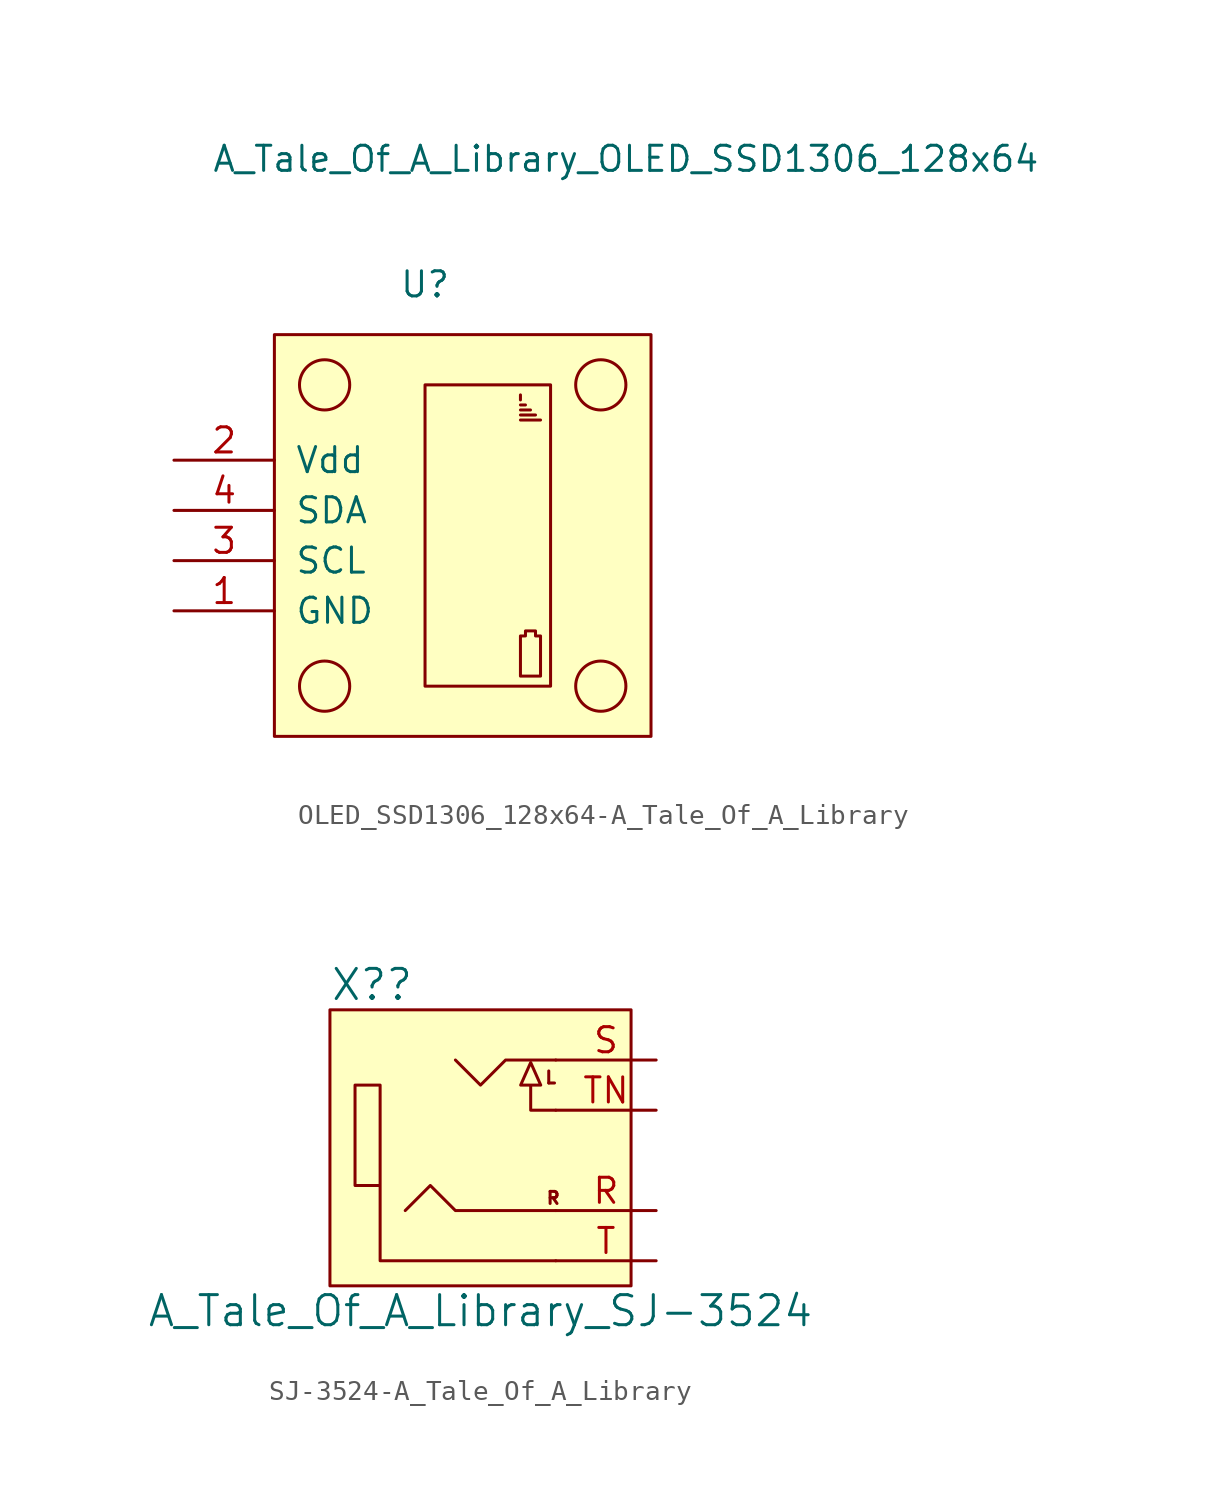
<source format=kicad_sym>
(kicad_symbol_lib
  (version 20220914)
  (generator kicad_symbol_editor)
  (symbol "OLED_SSD1306_128x64-A_Tale_Of_A_Library"
    (pin_names
      (offset 1.016))
    (property "Reference" "U"
      (at 0 0 0)
      (effects (font (size 1.27 1.27))))
    (property "Value" "A_Tale_Of_A_Library_OLED_SSD1306_128x64"
      (at 10.16 6.35 0)
      (effects (font (size 1.27 1.27))))
    (symbol "OLED_SSD1306_128x64-A_Tale_Of_A_Library_0_0"
      (polyline (pts (xy 4.826 -6.858) (xy 5.842 -6.858)) (stroke (width 0) (type solid)) (fill (type none)))
      (polyline (pts (xy 4.826 -6.604) (xy 5.588 -6.604)) (stroke (width 0) (type solid)) (fill (type none)))
      (polyline (pts (xy 4.826 -6.35) (xy 5.334 -6.35)) (stroke (width 0) (type solid)) (fill (type none)))
      (polyline (pts (xy 4.826 -6.096) (xy 5.08 -6.096)) (stroke (width 0) (type solid)) (fill (type none)))
      (polyline (pts (xy 4.826 -5.842) (xy 4.826 -5.588)) (stroke (width 0) (type solid)) (fill (type none)))
      (polyline (pts (xy 5.842 -19.812) (xy 4.826 -19.812) (xy 4.826 -17.78) (xy 5.08 -17.78) (xy 5.08 -17.526) (xy 5.588 -17.526) (xy 5.588 -17.78) (xy 5.842 -17.78) (xy 5.842 -19.812)) (stroke (width 0) (type solid)) (fill (type none))))
    (symbol "OLED_SSD1306_128x64-A_Tale_Of_A_Library_0_1"
      (rectangle (start -7.62 -2.54) (end 11.43 -22.86) (stroke (width 0) (type solid)) (fill (type background)))
      (circle (center -5.08 -5.08) (radius 1.27) (stroke (width 0) (type solid)) (fill (type none)))
      (rectangle (start 6.35 -5.08) (end 0 -20.32) (stroke (width 0) (type solid)) (fill (type none))))
    (symbol "OLED_SSD1306_128x64-A_Tale_Of_A_Library_1_1"
      (circle (center -5.08 -20.32) (radius 1.27) (stroke (width 0) (type solid)) (fill (type none)))
      (circle (center 8.89 -20.32) (radius 1.27) (stroke (width 0) (type solid)) (fill (type none)))
      (circle (center 8.89 -5.08) (radius 1.27) (stroke (width 0) (type solid)) (fill (type none)))
      (pin power_in line (at -12.7 -16.51 0) (length 5.08) (name "GND" (effects (font (size 1.27 1.27)))) (number "1" (effects (font (size 1.27 1.27)))))
      (pin power_in line (at -12.7 -8.89 0) (length 5.08) (name "Vdd" (effects (font (size 1.27 1.27)))) (number "2" (effects (font (size 1.27 1.27)))))
      (pin input line (at -12.7 -13.97 0) (length 5.08) (name "SCL" (effects (font (size 1.27 1.27)))) (number "3" (effects (font (size 1.27 1.27)))))
      (pin input line (at -12.7 -11.43 0) (length 5.08) (name "SDA" (effects (font (size 1.27 1.27)))) (number "4" (effects (font (size 1.27 1.27)))))))
  (symbol "SJ-3524-A_Tale_Of_A_Library"
    (pin_names
      (offset 0.051))
    (property "Reference" "X?"
      (at -6.35 3.81 0)
      (effects (font (size 1.524 1.524)) (justify left)))
    (property "Value" "A_Tale_Of_A_Library_SJ-3524"
      (at 1.27 -12.7 0)
      (effects (font (size 1.524 1.524))))
    (symbol "SJ-3524-A_Tale_Of_A_Library_0_0"
      (text "R" (at 4.953 -6.985 0) (effects (font (size 0.61 0.61)))))
    (symbol "SJ-3524-A_Tale_Of_A_Library_0_1"
      (polyline (pts (xy 5.08 -7.62) (xy 0 -7.62) (xy -1.27 -6.35) (xy -2.54 -7.62)) (stroke (width 0) (type solid)) (fill (type none)))
      (polyline (pts (xy 5.08 0) (xy 2.54 0) (xy 1.27 -1.27) (xy 0 0)) (stroke (width 0) (type solid)) (fill (type none)))
      (polyline (pts (xy 5.08 -2.54) (xy 3.81 -2.54) (xy 3.81 -1.27) (xy 4.318 -1.27) (xy 3.81 -0.127) (xy 3.302 -1.27) (xy 3.81 -1.27)) (stroke (width 0) (type solid)) (fill (type none))))
    (symbol "SJ-3524-A_Tale_Of_A_Library_1_1"
      (polyline (pts (xy 5.08 -10.16) (xy -3.81 -10.16) (xy -3.81 -1.27) (xy -5.08 -1.27) (xy -5.08 -6.35) (xy -3.81 -6.35)) (stroke (width 0) (type solid)) (fill (type none)))
      (rectangle (start 8.89 -11.43) (end -6.35 2.54) (stroke (width 0) (type solid)) (fill (type background)))
      (text "L" (at 4.826 -0.889 0) (effects (font (size 0.61 0.61))))
      (pin passive line (at 10.16 -7.62 180) (length 5.08) (name "~" (effects (font (size 1.27 1.27)))) (number "R" (effects (font (size 1.27 1.27)))))
      (pin passive line (at 10.16 0 180) (length 5.08) (name "~" (effects (font (size 1.27 1.27)))) (number "S" (effects (font (size 1.27 1.27)))))
      (pin passive line (at 10.16 -10.16 180) (length 5.08) (name "~" (effects (font (size 1.27 1.27)))) (number "T" (effects (font (size 1.27 1.27)))))
      (pin passive line (at 10.16 -2.54 180) (length 5.08) (name "~" (effects (font (size 1.27 1.27)))) (number "TN" (effects (font (size 1.27 1.27))))))))
</source>
